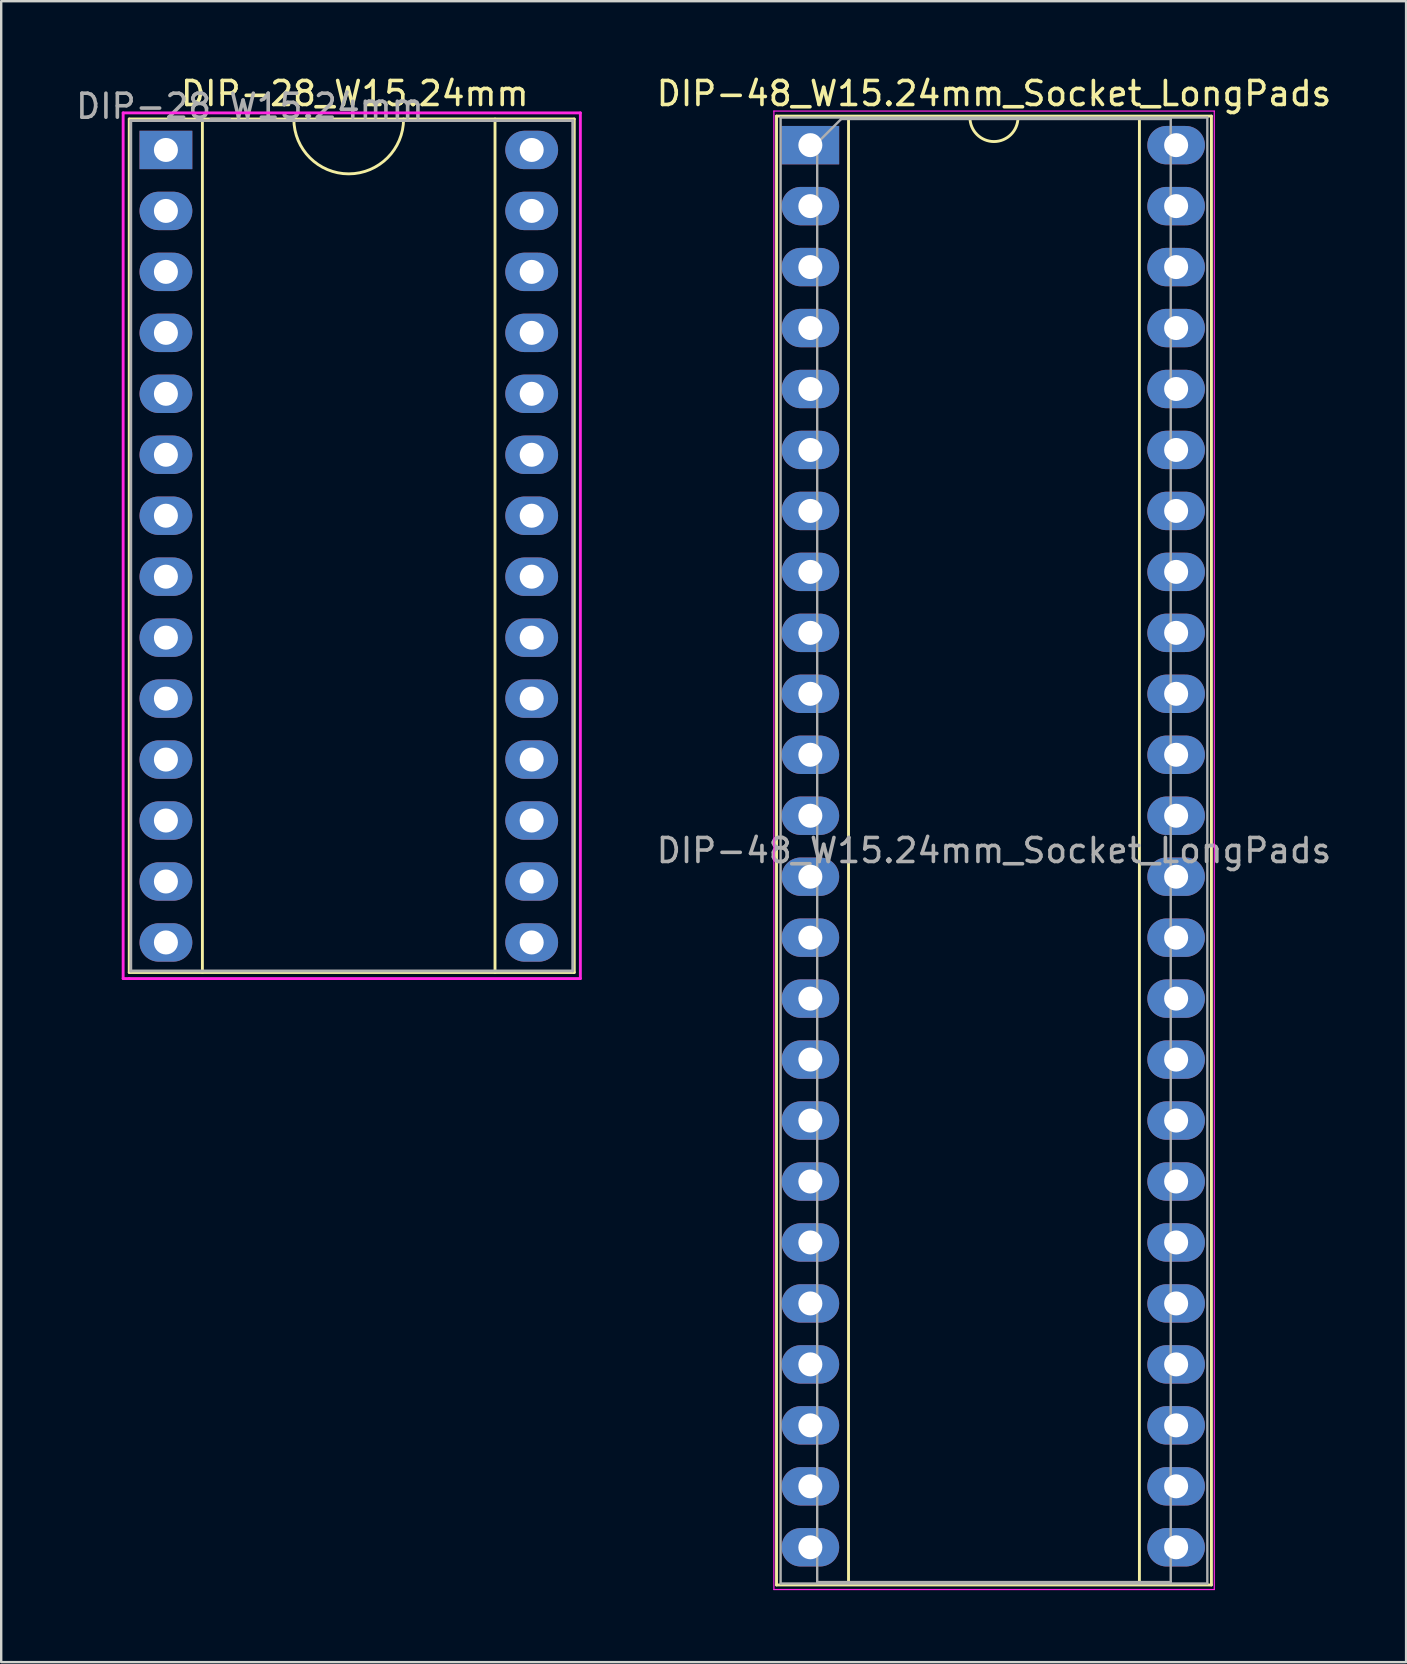
<source format=kicad_pcb>
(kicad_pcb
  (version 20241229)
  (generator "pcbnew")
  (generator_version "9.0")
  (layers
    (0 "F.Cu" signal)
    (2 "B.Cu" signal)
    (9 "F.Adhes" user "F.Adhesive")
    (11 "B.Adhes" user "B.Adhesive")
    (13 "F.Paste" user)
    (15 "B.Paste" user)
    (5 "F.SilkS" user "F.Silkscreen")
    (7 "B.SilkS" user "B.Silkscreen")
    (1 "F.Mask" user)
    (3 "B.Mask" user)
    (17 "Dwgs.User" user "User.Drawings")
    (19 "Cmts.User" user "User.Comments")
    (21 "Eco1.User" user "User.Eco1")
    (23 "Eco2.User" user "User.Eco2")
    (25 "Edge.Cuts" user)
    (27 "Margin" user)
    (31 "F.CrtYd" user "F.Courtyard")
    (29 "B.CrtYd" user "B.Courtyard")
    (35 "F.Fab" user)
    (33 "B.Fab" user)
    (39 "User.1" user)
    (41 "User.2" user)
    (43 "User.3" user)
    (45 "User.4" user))
  (footprint "DIP-48_W15.24mm_Socket_LongPads"
    (layer "F.Cu")
    (at 30.744 3.178)
    (property "Reference" "DIP-48_W15.24mm_Socket_LongPads" (at 7.62 -2.33 0) (layer "F.SilkS") (effects (font (size 1 1) (thickness 0.15))))
    (attr through_hole)
    (fp_line (start -1.44 -1.39) (end -1.44 59.81) (stroke (width 0.12) (type solid)) (layer "F.SilkS"))
    (fp_line (start -1.44 59.81) (end 16.68 59.81) (stroke (width 0.12) (type solid)) (layer "F.SilkS"))
    (fp_line (start 1.56 -1.33) (end 1.56 59.75) (stroke (width 0.12) (type solid)) (layer "F.SilkS"))
    (fp_line (start 1.56 59.75) (end 13.68 59.75) (stroke (width 0.12) (type solid)) (layer "F.SilkS"))
    (fp_line (start 6.62 -1.33) (end 1.56 -1.33) (stroke (width 0.12) (type solid)) (layer "F.SilkS"))
    (fp_line (start 13.68 -1.33) (end 8.62 -1.33) (stroke (width 0.12) (type solid)) (layer "F.SilkS"))
    (fp_line (start 13.68 59.75) (end 13.68 -1.33) (stroke (width 0.12) (type solid)) (layer "F.SilkS"))
    (fp_line (start 16.68 -1.39) (end -1.44 -1.39) (stroke (width 0.12) (type solid)) (layer "F.SilkS"))
    (fp_line (start 16.68 59.81) (end 16.68 -1.39) (stroke (width 0.12) (type solid)) (layer "F.SilkS"))
    (fp_arc (start 8.62 -1.33) (mid 7.62 -0.33) (end 6.62 -1.33) (stroke (width 0.12) (type solid)) (layer "F.SilkS"))
    (fp_line (start -1.55 -1.6) (end -1.55 60) (stroke (width 0.05) (type solid)) (layer "F.CrtYd"))
    (fp_line (start -1.55 60) (end 16.8 60) (stroke (width 0.05) (type solid)) (layer "F.CrtYd"))
    (fp_line (start 16.8 -1.6) (end -1.55 -1.6) (stroke (width 0.05) (type solid)) (layer "F.CrtYd"))
    (fp_line (start 16.8 60) (end 16.8 -1.6) (stroke (width 0.05) (type solid)) (layer "F.CrtYd"))
    (fp_line (start -1.27 -1.33) (end -1.27 59.75) (stroke (width 0.1) (type solid)) (layer "F.Fab"))
    (fp_line (start -1.27 59.75) (end 16.51 59.75) (stroke (width 0.1) (type solid)) (layer "F.Fab"))
    (fp_line (start 0.255 -0.27) (end 1.255 -1.27) (stroke (width 0.1) (type solid)) (layer "F.Fab"))
    (fp_line (start 0.255 59.69) (end 0.255 -0.27) (stroke (width 0.1) (type solid)) (layer "F.Fab"))
    (fp_line (start 1.255 -1.27) (end 14.985 -1.27) (stroke (width 0.1) (type solid)) (layer "F.Fab"))
    (fp_line (start 14.985 -1.27) (end 14.985 59.69) (stroke (width 0.1) (type solid)) (layer "F.Fab"))
    (fp_line (start 14.985 59.69) (end 0.255 59.69) (stroke (width 0.1) (type solid)) (layer "F.Fab"))
    (fp_line (start 16.51 -1.33) (end -1.27 -1.33) (stroke (width 0.1) (type solid)) (layer "F.Fab"))
    (fp_line (start 16.51 59.75) (end 16.51 -1.33) (stroke (width 0.1) (type solid)) (layer "F.Fab"))
    (fp_text user "${REFERENCE}" (at 7.62 29.21 0) (layer "F.Fab") (effects (font (size 1 1) (thickness 0.15))))
    (pad "1" thru_hole rect (at -0.03 -0.18) (size 2.4 1.6) (drill 1) (layers "*.Cu" "*.Mask"))
    (pad "2" thru_hole oval (at -0.03 2.36) (size 2.4 1.6) (drill 1) (layers "*.Cu" "*.Mask"))
    (pad "3" thru_hole oval (at -0.03 4.9) (size 2.4 1.6) (drill 1) (layers "*.Cu" "*.Mask"))
    (pad "4" thru_hole oval (at -0.03 7.44) (size 2.4 1.6) (drill 1) (layers "*.Cu" "*.Mask"))
    (pad "5" thru_hole oval (at -0.03 9.98) (size 2.4 1.6) (drill 1) (layers "*.Cu" "*.Mask"))
    (pad "6" thru_hole oval (at -0.03 12.52) (size 2.4 1.6) (drill 1) (layers "*.Cu" "*.Mask"))
    (pad "7" thru_hole oval (at -0.03 15.06) (size 2.4 1.6) (drill 1) (layers "*.Cu" "*.Mask"))
    (pad "8" thru_hole oval (at -0.03 17.6) (size 2.4 1.6) (drill 1) (layers "*.Cu" "*.Mask"))
    (pad "9" thru_hole oval (at -0.03 20.14) (size 2.4 1.6) (drill 1) (layers "*.Cu" "*.Mask"))
    (pad "10" thru_hole oval (at -0.03 22.68) (size 2.4 1.6) (drill 1) (layers "*.Cu" "*.Mask"))
    (pad "11" thru_hole oval (at -0.03 25.22) (size 2.4 1.6) (drill 1) (layers "*.Cu" "*.Mask"))
    (pad "12" thru_hole oval (at -0.03 27.76) (size 2.4 1.6) (drill 1) (layers "*.Cu" "*.Mask"))
    (pad "13" thru_hole oval (at -0.03 30.3) (size 2.4 1.6) (drill 1) (layers "*.Cu" "*.Mask"))
    (pad "14" thru_hole oval (at -0.03 32.84) (size 2.4 1.6) (drill 1) (layers "*.Cu" "*.Mask"))
    (pad "15" thru_hole oval (at -0.03 35.38) (size 2.4 1.6) (drill 1) (layers "*.Cu" "*.Mask"))
    (pad "16" thru_hole oval (at -0.03 37.92) (size 2.4 1.6) (drill 1) (layers "*.Cu" "*.Mask"))
    (pad "17" thru_hole oval (at -0.03 40.46) (size 2.4 1.6) (drill 1) (layers "*.Cu" "*.Mask"))
    (pad "18" thru_hole oval (at -0.03 43) (size 2.4 1.6) (drill 1) (layers "*.Cu" "*.Mask"))
    (pad "19" thru_hole oval (at -0.03 45.54) (size 2.4 1.6) (drill 1) (layers "*.Cu" "*.Mask"))
    (pad "20" thru_hole oval (at -0.03 48.08) (size 2.4 1.6) (drill 1) (layers "*.Cu" "*.Mask"))
    (pad "21" thru_hole oval (at -0.03 50.62) (size 2.4 1.6) (drill 1) (layers "*.Cu" "*.Mask"))
    (pad "22" thru_hole oval (at -0.03 53.16) (size 2.4 1.6) (drill 1) (layers "*.Cu" "*.Mask"))
    (pad "23" thru_hole oval (at -0.03 55.7) (size 2.4 1.6) (drill 1) (layers "*.Cu" "*.Mask"))
    (pad "24" thru_hole oval (at -0.03 58.24) (size 2.4 1.6) (drill 1) (layers "*.Cu" "*.Mask"))
    (pad "25" thru_hole oval (at 15.21 58.24) (size 2.4 1.6) (drill 1) (layers "*.Cu" "*.Mask"))
    (pad "26" thru_hole oval (at 15.21 55.7) (size 2.4 1.6) (drill 1) (layers "*.Cu" "*.Mask"))
    (pad "27" thru_hole oval (at 15.21 53.16) (size 2.4 1.6) (drill 1) (layers "*.Cu" "*.Mask"))
    (pad "28" thru_hole oval (at 15.21 50.62) (size 2.4 1.6) (drill 1) (layers "*.Cu" "*.Mask"))
    (pad "29" thru_hole oval (at 15.21 48.08) (size 2.4 1.6) (drill 1) (layers "*.Cu" "*.Mask"))
    (pad "30" thru_hole oval (at 15.21 45.54) (size 2.4 1.6) (drill 1) (layers "*.Cu" "*.Mask"))
    (pad "31" thru_hole oval (at 15.21 43) (size 2.4 1.6) (drill 1) (layers "*.Cu" "*.Mask"))
    (pad "32" thru_hole oval (at 15.21 40.46) (size 2.4 1.6) (drill 1) (layers "*.Cu" "*.Mask"))
    (pad "33" thru_hole oval (at 15.21 37.92) (size 2.4 1.6) (drill 1) (layers "*.Cu" "*.Mask"))
    (pad "34" thru_hole oval (at 15.21 35.38) (size 2.4 1.6) (drill 1) (layers "*.Cu" "*.Mask"))
    (pad "35" thru_hole oval (at 15.21 32.84) (size 2.4 1.6) (drill 1) (layers "*.Cu" "*.Mask"))
    (pad "36" thru_hole oval (at 15.21 30.3) (size 2.4 1.6) (drill 1) (layers "*.Cu" "*.Mask"))
    (pad "37" thru_hole oval (at 15.21 27.76) (size 2.4 1.6) (drill 1) (layers "*.Cu" "*.Mask"))
    (pad "38" thru_hole oval (at 15.21 25.22) (size 2.4 1.6) (drill 1) (layers "*.Cu" "*.Mask"))
    (pad "39" thru_hole oval (at 15.21 22.68) (size 2.4 1.6) (drill 1) (layers "*.Cu" "*.Mask"))
    (pad "40" thru_hole oval (at 15.21 20.14) (size 2.4 1.6) (drill 1) (layers "*.Cu" "*.Mask"))
    (pad "41" thru_hole oval (at 15.21 17.6) (size 2.4 1.6) (drill 1) (layers "*.Cu" "*.Mask"))
    (pad "42" thru_hole oval (at 15.21 15.06) (size 2.4 1.6) (drill 1) (layers "*.Cu" "*.Mask"))
    (pad "43" thru_hole oval (at 15.21 12.52) (size 2.4 1.6) (drill 1) (layers "*.Cu" "*.Mask"))
    (pad "44" thru_hole oval (at 15.21 9.98) (size 2.4 1.6) (drill 1) (layers "*.Cu" "*.Mask"))
    (pad "45" thru_hole oval (at 15.21 7.44) (size 2.4 1.6) (drill 1) (layers "*.Cu" "*.Mask"))
    (pad "46" thru_hole oval (at 15.21 4.9) (size 2.4 1.6) (drill 1) (layers "*.Cu" "*.Mask"))
    (pad "47" thru_hole oval (at 15.21 2.36) (size 2.4 1.6) (drill 1) (layers "*.Cu" "*.Mask"))
    (pad "48" thru_hole oval (at 15.21 -0.18) (size 2.4 1.6) (drill 1) (layers "*.Cu" "*.Mask")))
  (footprint "DIP-28_W15.24mm"
    (layer "F.Cu")
    (at 4.113 3.178)
    (property "Reference" "DIP-28_W15.24mm" (at 7.62 -2.33 0) (layer "F.SilkS") (effects (font (size 1 1) (thickness 0.15))))
    (attr through_hole)
    (fp_line (start -1.778 -1.27) (end -1.778 34.29) (stroke (width 0.12) (type solid)) (layer "F.SilkS"))
    (fp_line (start -1.778 34.29) (end 16.764 34.29) (stroke (width 0.12) (type solid)) (layer "F.SilkS"))
    (fp_line (start 1.27 -1.27) (end 1.27 34.29) (stroke (width 0.12) (type solid)) (layer "F.SilkS"))
    (fp_line (start 13.462 34.29) (end 13.462 -1.27) (stroke (width 0.12) (type solid)) (layer "F.SilkS"))
    (fp_line (start 16.764 -1.27) (end -1.778 -1.27) (stroke (width 0.12) (type solid)) (layer "F.SilkS"))
    (fp_line (start 16.764 34.29) (end 16.764 -1.27) (stroke (width 0.12) (type solid)) (layer "F.SilkS"))
    (fp_arc (start 9.652 -1.27) (mid 7.366 1.016) (end 5.08 -1.27) (stroke (width 0.12) (type solid)) (layer "F.SilkS"))
    (fp_line (start -2.032 -1.524) (end -2.032 34.544) (stroke (width 0.12) (type solid)) (layer "F.CrtYd"))
    (fp_line (start -2.032 34.544) (end -1.778 34.544) (stroke (width 0.12) (type solid)) (layer "F.CrtYd"))
    (fp_line (start -1.778 34.544) (end 17.018 34.544) (stroke (width 0.12) (type solid)) (layer "F.CrtYd"))
    (fp_line (start 17.018 -1.524) (end -2.032 -1.524) (stroke (width 0.12) (type solid)) (layer "F.CrtYd"))
    (fp_line (start 17.018 34.544) (end 17.018 -1.524) (stroke (width 0.12) (type solid)) (layer "F.CrtYd"))
    (fp_line (start -1.714 -1.206) (end -1.714 34.227) (stroke (width 0.12) (type solid)) (layer "F.Fab"))
    (fp_line (start -1.714 34.227) (end 16.701 34.227) (stroke (width 0.12) (type solid)) (layer "F.Fab"))
    (fp_line (start 16.701 -1.206) (end -1.714 -1.206) (stroke (width 0.12) (type solid)) (layer "F.Fab"))
    (fp_line (start 16.701 34.227) (end 16.701 -1.206) (stroke (width 0.12) (type solid)) (layer "F.Fab"))
    (fp_text user "${REFERENCE}" (at 3.25 -1.8 0) (layer "F.Fab") (effects (font (size 1 1) (thickness 0.15))))
    (pad "1" thru_hole rect (at -0.25 0.02) (size 2.2 1.6) (drill 1) (layers "*.Cu" "*.Mask"))
    (pad "2" thru_hole oval (at -0.25 2.56) (size 2.2 1.6) (drill 1) (layers "*.Cu" "*.Mask"))
    (pad "3" thru_hole oval (at -0.25 5.1) (size 2.2 1.6) (drill 1) (layers "*.Cu" "*.Mask"))
    (pad "4" thru_hole oval (at -0.25 7.64) (size 2.2 1.6) (drill 1) (layers "*.Cu" "*.Mask"))
    (pad "5" thru_hole oval (at -0.25 10.18) (size 2.2 1.6) (drill 1) (layers "*.Cu" "*.Mask"))
    (pad "6" thru_hole oval (at -0.25 12.72) (size 2.2 1.6) (drill 1) (layers "*.Cu" "*.Mask"))
    (pad "7" thru_hole oval (at -0.25 15.26) (size 2.2 1.6) (drill 1) (layers "*.Cu" "*.Mask"))
    (pad "8" thru_hole oval (at -0.25 17.8) (size 2.2 1.6) (drill 1) (layers "*.Cu" "*.Mask"))
    (pad "9" thru_hole oval (at -0.25 20.34) (size 2.2 1.6) (drill 1) (layers "*.Cu" "*.Mask"))
    (pad "10" thru_hole oval (at -0.25 22.88) (size 2.2 1.6) (drill 1) (layers "*.Cu" "*.Mask"))
    (pad "11" thru_hole oval (at -0.25 25.42) (size 2.2 1.6) (drill 1) (layers "*.Cu" "*.Mask"))
    (pad "12" thru_hole oval (at -0.25 27.96) (size 2.2 1.6) (drill 1) (layers "*.Cu" "*.Mask"))
    (pad "13" thru_hole oval (at -0.25 30.5) (size 2.2 1.6) (drill 1) (layers "*.Cu" "*.Mask"))
    (pad "14" thru_hole oval (at -0.25 33.04) (size 2.2 1.6) (drill 1) (layers "*.Cu" "*.Mask"))
    (pad "15" thru_hole oval (at 14.99 33.04) (size 2.2 1.6) (drill 1) (layers "*.Cu" "*.Mask"))
    (pad "16" thru_hole oval (at 14.99 30.5) (size 2.2 1.6) (drill 1) (layers "*.Cu" "*.Mask"))
    (pad "17" thru_hole oval (at 14.99 27.96) (size 2.2 1.6) (drill 1) (layers "*.Cu" "*.Mask"))
    (pad "18" thru_hole oval (at 14.99 25.42) (size 2.2 1.6) (drill 1) (layers "*.Cu" "*.Mask"))
    (pad "19" thru_hole oval (at 14.99 22.88) (size 2.2 1.6) (drill 1) (layers "*.Cu" "*.Mask"))
    (pad "20" thru_hole oval (at 14.99 20.34) (size 2.2 1.6) (drill 1) (layers "*.Cu" "*.Mask"))
    (pad "21" thru_hole oval (at 14.99 17.8) (size 2.2 1.6) (drill 1) (layers "*.Cu" "*.Mask"))
    (pad "22" thru_hole oval (at 14.99 15.26) (size 2.2 1.6) (drill 1) (layers "*.Cu" "*.Mask"))
    (pad "23" thru_hole oval (at 14.99 12.72) (size 2.2 1.6) (drill 1) (layers "*.Cu" "*.Mask"))
    (pad "24" thru_hole oval (at 14.99 10.18) (size 2.2 1.6) (drill 1) (layers "*.Cu" "*.Mask"))
    (pad "25" thru_hole oval (at 14.99 7.64) (size 2.2 1.6) (drill 1) (layers "*.Cu" "*.Mask"))
    (pad "26" thru_hole oval (at 14.99 5.1) (size 2.2 1.6) (drill 1) (layers "*.Cu" "*.Mask"))
    (pad "27" thru_hole oval (at 14.99 2.56) (size 2.2 1.6) (drill 1) (layers "*.Cu" "*.Mask"))
    (pad "28" thru_hole oval (at 14.99 0.02) (size 2.2 1.6) (drill 1) (layers "*.Cu" "*.Mask")))
  (gr_rect
    (start -3 -3)
    (end 55.536 66.203)
    (stroke (width 0.1) (type default))
    (fill no)
    (layer "Edge.Cuts")))
</source>
